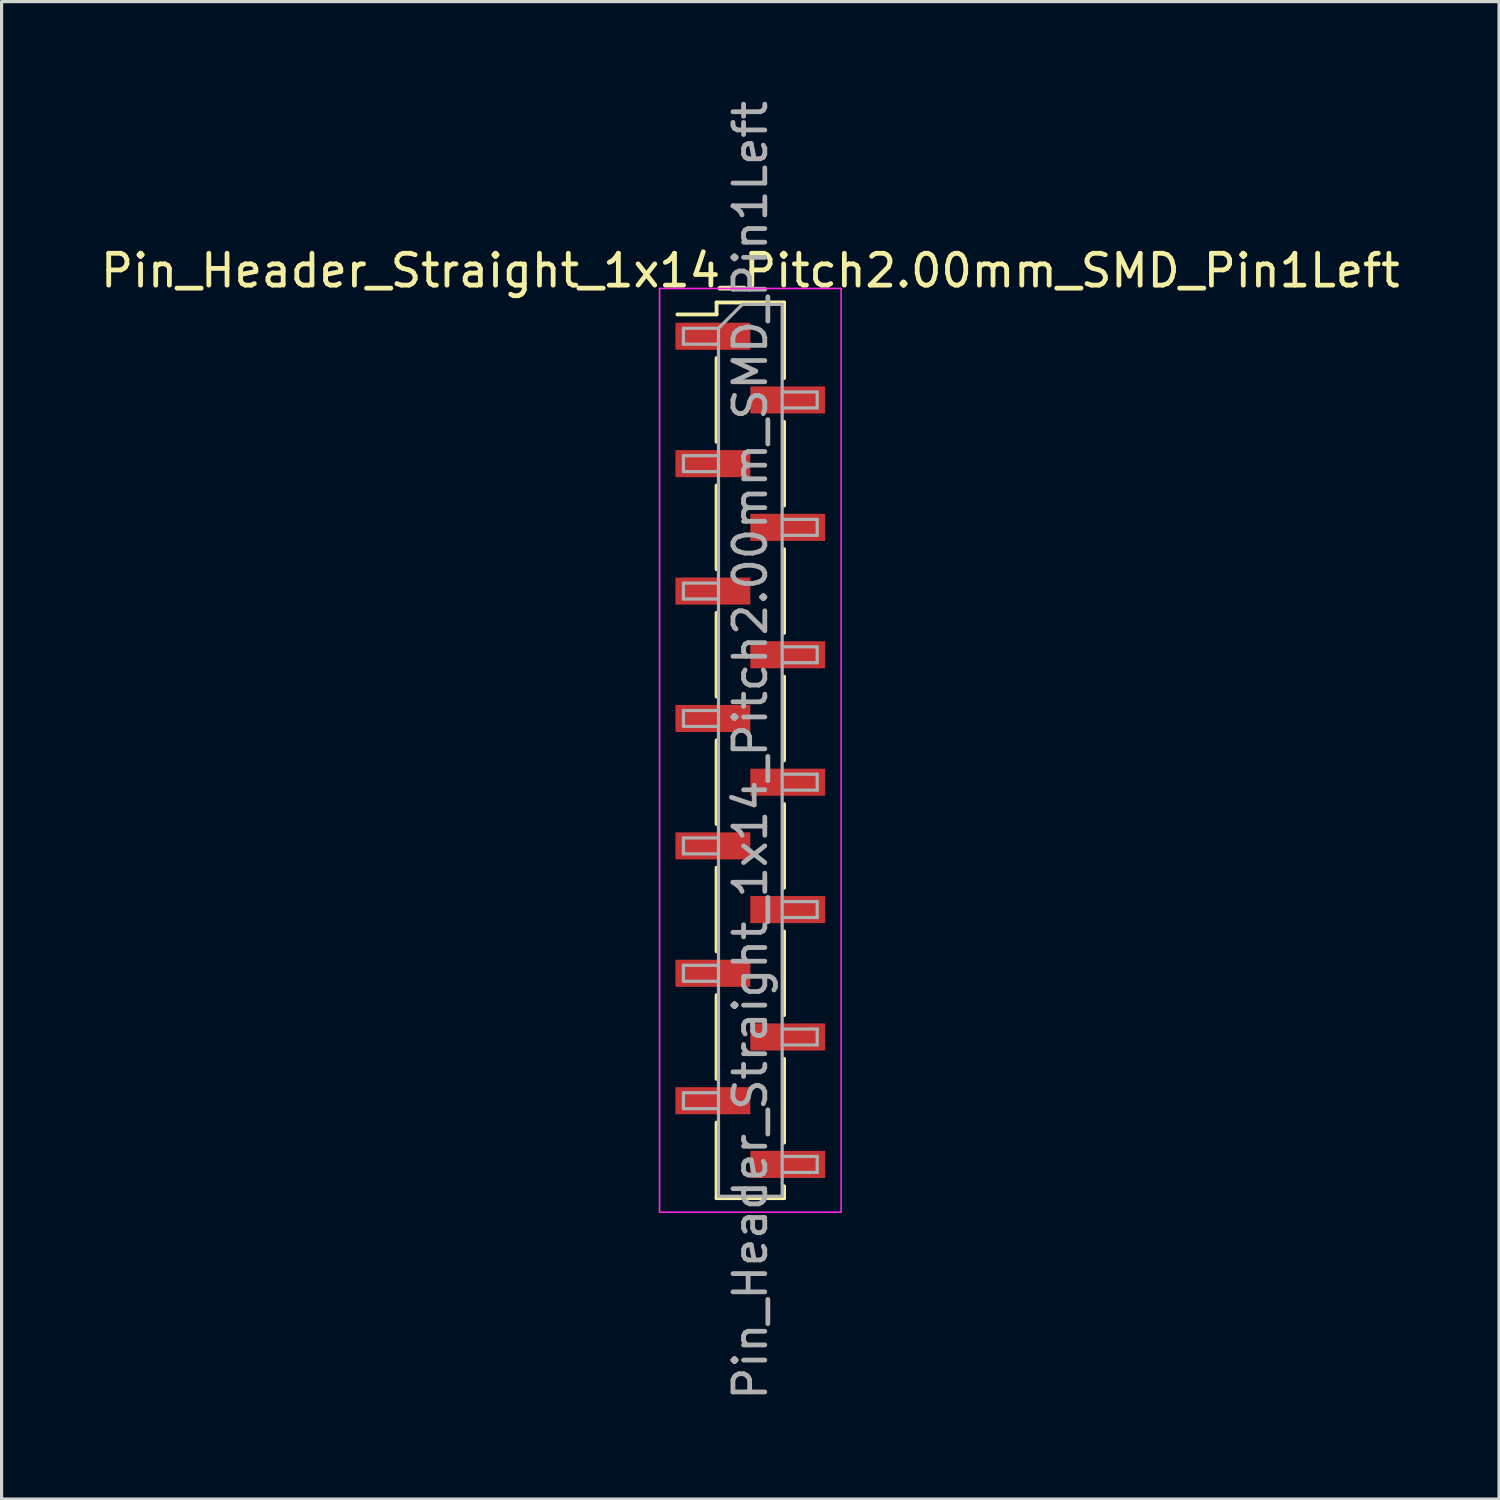
<source format=kicad_pcb>
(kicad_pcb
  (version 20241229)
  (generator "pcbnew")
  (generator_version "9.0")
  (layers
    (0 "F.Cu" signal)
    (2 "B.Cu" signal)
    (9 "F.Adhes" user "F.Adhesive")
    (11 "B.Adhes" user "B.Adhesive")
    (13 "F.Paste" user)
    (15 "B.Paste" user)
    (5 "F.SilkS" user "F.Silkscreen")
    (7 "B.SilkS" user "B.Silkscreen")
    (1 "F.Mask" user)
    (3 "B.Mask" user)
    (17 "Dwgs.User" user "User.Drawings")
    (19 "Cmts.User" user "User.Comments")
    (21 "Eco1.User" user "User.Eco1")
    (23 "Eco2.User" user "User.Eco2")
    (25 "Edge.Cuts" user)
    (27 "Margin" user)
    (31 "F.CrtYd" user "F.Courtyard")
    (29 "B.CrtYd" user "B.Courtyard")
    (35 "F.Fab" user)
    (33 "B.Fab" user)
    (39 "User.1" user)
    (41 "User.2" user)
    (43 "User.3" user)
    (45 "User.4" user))
  (footprint "Pin_Header_Straight_1x14_Pitch2.00mm_SMD_Pin1Left"
    (layer "F.Cu")
    (at 20.506 20.506)
    (property "Reference" "Pin_Header_Straight_1x14_Pitch2.00mm_SMD_Pin1Left" (at 0 -15.06 0) (layer "F.SilkS") (effects (font (size 1 1) (thickness 0.15))))
    (attr smd)
    (fp_line (start -1.06 -14.06) (end -1.06 -13.685) (stroke (width 0.12) (type solid)) (layer "F.SilkS"))
    (fp_line (start -1.06 -14.06) (end 1.06 -14.06) (stroke (width 0.12) (type solid)) (layer "F.SilkS"))
    (fp_line (start -1.06 -13.685) (end -2.29 -13.685) (stroke (width 0.12) (type solid)) (layer "F.SilkS"))
    (fp_line (start -1.06 -12.315) (end -1.06 -9.685) (stroke (width 0.12) (type solid)) (layer "F.SilkS"))
    (fp_line (start -1.06 -8.315) (end -1.06 -5.685) (stroke (width 0.12) (type solid)) (layer "F.SilkS"))
    (fp_line (start -1.06 -4.315) (end -1.06 -1.685) (stroke (width 0.12) (type solid)) (layer "F.SilkS"))
    (fp_line (start -1.06 -0.315) (end -1.06 2.315) (stroke (width 0.12) (type solid)) (layer "F.SilkS"))
    (fp_line (start -1.06 3.685) (end -1.06 6.315) (stroke (width 0.12) (type solid)) (layer "F.SilkS"))
    (fp_line (start -1.06 7.685) (end -1.06 10.315) (stroke (width 0.12) (type solid)) (layer "F.SilkS"))
    (fp_line (start -1.06 11.685) (end -1.06 14.06) (stroke (width 0.12) (type solid)) (layer "F.SilkS"))
    (fp_line (start -1.06 14.06) (end 1.06 14.06) (stroke (width 0.12) (type solid)) (layer "F.SilkS"))
    (fp_line (start 1.06 -14.06) (end 1.06 -11.685) (stroke (width 0.12) (type solid)) (layer "F.SilkS"))
    (fp_line (start 1.06 -10.315) (end 1.06 -7.685) (stroke (width 0.12) (type solid)) (layer "F.SilkS"))
    (fp_line (start 1.06 -6.315) (end 1.06 -3.685) (stroke (width 0.12) (type solid)) (layer "F.SilkS"))
    (fp_line (start 1.06 -2.315) (end 1.06 0.315) (stroke (width 0.12) (type solid)) (layer "F.SilkS"))
    (fp_line (start 1.06 1.685) (end 1.06 4.315) (stroke (width 0.12) (type solid)) (layer "F.SilkS"))
    (fp_line (start 1.06 5.685) (end 1.06 8.315) (stroke (width 0.12) (type solid)) (layer "F.SilkS"))
    (fp_line (start 1.06 9.685) (end 1.06 12.315) (stroke (width 0.12) (type solid)) (layer "F.SilkS"))
    (fp_line (start 1.06 13.685) (end 1.06 14.06) (stroke (width 0.12) (type solid)) (layer "F.SilkS"))
    (fp_line (start -2.85 -14.5) (end -2.85 14.5) (stroke (width 0.05) (type solid)) (layer "F.CrtYd"))
    (fp_line (start -2.85 14.5) (end 2.85 14.5) (stroke (width 0.05) (type solid)) (layer "F.CrtYd"))
    (fp_line (start 2.85 -14.5) (end -2.85 -14.5) (stroke (width 0.05) (type solid)) (layer "F.CrtYd"))
    (fp_line (start 2.85 14.5) (end 2.85 -14.5) (stroke (width 0.05) (type solid)) (layer "F.CrtYd"))
    (fp_line (start -2.1 -13.25) (end -2.1 -12.75) (stroke (width 0.1) (type solid)) (layer "F.Fab"))
    (fp_line (start -2.1 -12.75) (end -1 -12.75) (stroke (width 0.1) (type solid)) (layer "F.Fab"))
    (fp_line (start -2.1 -9.25) (end -2.1 -8.75) (stroke (width 0.1) (type solid)) (layer "F.Fab"))
    (fp_line (start -2.1 -8.75) (end -1 -8.75) (stroke (width 0.1) (type solid)) (layer "F.Fab"))
    (fp_line (start -2.1 -5.25) (end -2.1 -4.75) (stroke (width 0.1) (type solid)) (layer "F.Fab"))
    (fp_line (start -2.1 -4.75) (end -1 -4.75) (stroke (width 0.1) (type solid)) (layer "F.Fab"))
    (fp_line (start -2.1 -1.25) (end -2.1 -0.75) (stroke (width 0.1) (type solid)) (layer "F.Fab"))
    (fp_line (start -2.1 -0.75) (end -1 -0.75) (stroke (width 0.1) (type solid)) (layer "F.Fab"))
    (fp_line (start -2.1 2.75) (end -2.1 3.25) (stroke (width 0.1) (type solid)) (layer "F.Fab"))
    (fp_line (start -2.1 3.25) (end -1 3.25) (stroke (width 0.1) (type solid)) (layer "F.Fab"))
    (fp_line (start -2.1 6.75) (end -2.1 7.25) (stroke (width 0.1) (type solid)) (layer "F.Fab"))
    (fp_line (start -2.1 7.25) (end -1 7.25) (stroke (width 0.1) (type solid)) (layer "F.Fab"))
    (fp_line (start -2.1 10.75) (end -2.1 11.25) (stroke (width 0.1) (type solid)) (layer "F.Fab"))
    (fp_line (start -2.1 11.25) (end -1 11.25) (stroke (width 0.1) (type solid)) (layer "F.Fab"))
    (fp_line (start -1 -13.25) (end -2.1 -13.25) (stroke (width 0.1) (type solid)) (layer "F.Fab"))
    (fp_line (start -1 -13.25) (end -0.25 -14) (stroke (width 0.1) (type solid)) (layer "F.Fab"))
    (fp_line (start -1 -9.25) (end -2.1 -9.25) (stroke (width 0.1) (type solid)) (layer "F.Fab"))
    (fp_line (start -1 -5.25) (end -2.1 -5.25) (stroke (width 0.1) (type solid)) (layer "F.Fab"))
    (fp_line (start -1 -1.25) (end -2.1 -1.25) (stroke (width 0.1) (type solid)) (layer "F.Fab"))
    (fp_line (start -1 2.75) (end -2.1 2.75) (stroke (width 0.1) (type solid)) (layer "F.Fab"))
    (fp_line (start -1 6.75) (end -2.1 6.75) (stroke (width 0.1) (type solid)) (layer "F.Fab"))
    (fp_line (start -1 10.75) (end -2.1 10.75) (stroke (width 0.1) (type solid)) (layer "F.Fab"))
    (fp_line (start -1 14) (end -1 -13.25) (stroke (width 0.1) (type solid)) (layer "F.Fab"))
    (fp_line (start -0.25 -14) (end 1 -14) (stroke (width 0.1) (type solid)) (layer "F.Fab"))
    (fp_line (start 1 -14) (end 1 14) (stroke (width 0.1) (type solid)) (layer "F.Fab"))
    (fp_line (start 1 -11.25) (end 2.1 -11.25) (stroke (width 0.1) (type solid)) (layer "F.Fab"))
    (fp_line (start 1 -7.25) (end 2.1 -7.25) (stroke (width 0.1) (type solid)) (layer "F.Fab"))
    (fp_line (start 1 -3.25) (end 2.1 -3.25) (stroke (width 0.1) (type solid)) (layer "F.Fab"))
    (fp_line (start 1 0.75) (end 2.1 0.75) (stroke (width 0.1) (type solid)) (layer "F.Fab"))
    (fp_line (start 1 4.75) (end 2.1 4.75) (stroke (width 0.1) (type solid)) (layer "F.Fab"))
    (fp_line (start 1 8.75) (end 2.1 8.75) (stroke (width 0.1) (type solid)) (layer "F.Fab"))
    (fp_line (start 1 12.75) (end 2.1 12.75) (stroke (width 0.1) (type solid)) (layer "F.Fab"))
    (fp_line (start 1 14) (end -1 14) (stroke (width 0.1) (type solid)) (layer "F.Fab"))
    (fp_line (start 2.1 -11.25) (end 2.1 -10.75) (stroke (width 0.1) (type solid)) (layer "F.Fab"))
    (fp_line (start 2.1 -10.75) (end 1 -10.75) (stroke (width 0.1) (type solid)) (layer "F.Fab"))
    (fp_line (start 2.1 -7.25) (end 2.1 -6.75) (stroke (width 0.1) (type solid)) (layer "F.Fab"))
    (fp_line (start 2.1 -6.75) (end 1 -6.75) (stroke (width 0.1) (type solid)) (layer "F.Fab"))
    (fp_line (start 2.1 -3.25) (end 2.1 -2.75) (stroke (width 0.1) (type solid)) (layer "F.Fab"))
    (fp_line (start 2.1 -2.75) (end 1 -2.75) (stroke (width 0.1) (type solid)) (layer "F.Fab"))
    (fp_line (start 2.1 0.75) (end 2.1 1.25) (stroke (width 0.1) (type solid)) (layer "F.Fab"))
    (fp_line (start 2.1 1.25) (end 1 1.25) (stroke (width 0.1) (type solid)) (layer "F.Fab"))
    (fp_line (start 2.1 4.75) (end 2.1 5.25) (stroke (width 0.1) (type solid)) (layer "F.Fab"))
    (fp_line (start 2.1 5.25) (end 1 5.25) (stroke (width 0.1) (type solid)) (layer "F.Fab"))
    (fp_line (start 2.1 8.75) (end 2.1 9.25) (stroke (width 0.1) (type solid)) (layer "F.Fab"))
    (fp_line (start 2.1 9.25) (end 1 9.25) (stroke (width 0.1) (type solid)) (layer "F.Fab"))
    (fp_line (start 2.1 12.75) (end 2.1 13.25) (stroke (width 0.1) (type solid)) (layer "F.Fab"))
    (fp_line (start 2.1 13.25) (end 1 13.25) (stroke (width 0.1) (type solid)) (layer "F.Fab"))
    (fp_text user "${REFERENCE}" (at 0 0 90) (layer "F.Fab") (effects (font (size 1 1) (thickness 0.15))))
    (pad "1" smd rect (at -1.175 -13) (size 2.35 0.85) (layers "F.Cu" "F.Mask" "F.Paste"))
    (pad "2" smd rect (at 1.175 -11) (size 2.35 0.85) (layers "F.Cu" "F.Mask" "F.Paste"))
    (pad "3" smd rect (at -1.175 -9) (size 2.35 0.85) (layers "F.Cu" "F.Mask" "F.Paste"))
    (pad "4" smd rect (at 1.175 -7) (size 2.35 0.85) (layers "F.Cu" "F.Mask" "F.Paste"))
    (pad "5" smd rect (at -1.175 -5) (size 2.35 0.85) (layers "F.Cu" "F.Mask" "F.Paste"))
    (pad "6" smd rect (at 1.175 -3) (size 2.35 0.85) (layers "F.Cu" "F.Mask" "F.Paste"))
    (pad "7" smd rect (at -1.175 -1) (size 2.35 0.85) (layers "F.Cu" "F.Mask" "F.Paste"))
    (pad "8" smd rect (at 1.175 1) (size 2.35 0.85) (layers "F.Cu" "F.Mask" "F.Paste"))
    (pad "9" smd rect (at -1.175 3) (size 2.35 0.85) (layers "F.Cu" "F.Mask" "F.Paste"))
    (pad "10" smd rect (at 1.175 5) (size 2.35 0.85) (layers "F.Cu" "F.Mask" "F.Paste"))
    (pad "11" smd rect (at -1.175 7) (size 2.35 0.85) (layers "F.Cu" "F.Mask" "F.Paste"))
    (pad "12" smd rect (at 1.175 9) (size 2.35 0.85) (layers "F.Cu" "F.Mask" "F.Paste"))
    (pad "13" smd rect (at -1.175 11) (size 2.35 0.85) (layers "F.Cu" "F.Mask" "F.Paste"))
    (pad "14" smd rect (at 1.175 13) (size 2.35 0.85) (layers "F.Cu" "F.Mask" "F.Paste")))
  (gr_rect
    (start -3 -3)
    (end 44.012 44.012)
    (stroke (width 0.1) (type default))
    (fill no)
    (layer "Edge.Cuts")))
</source>
